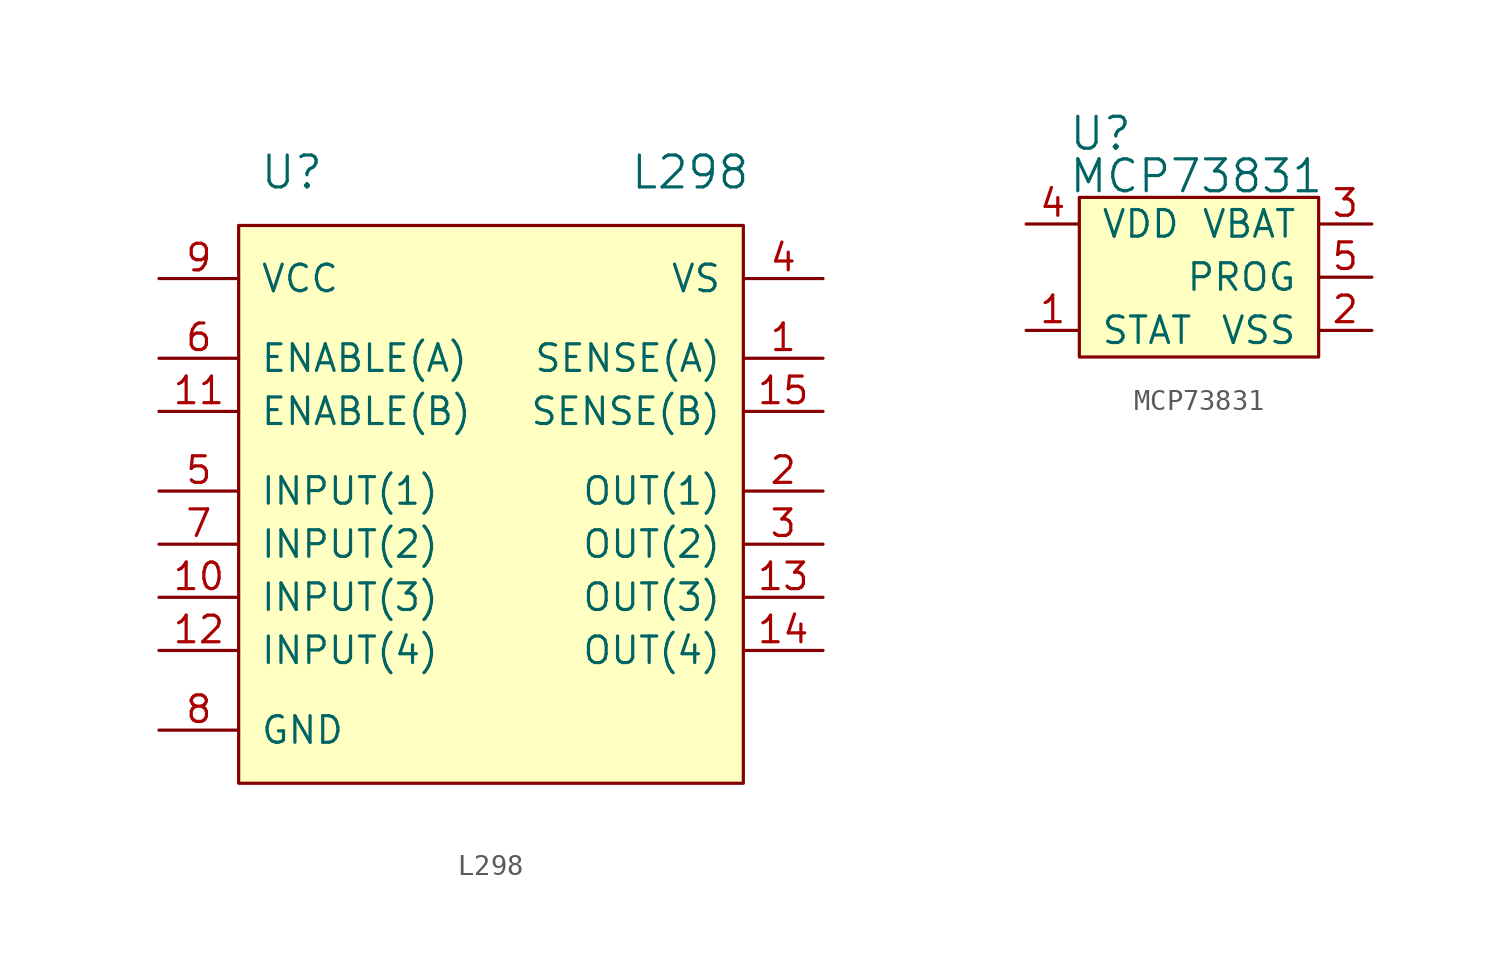
<source format=kicad_sym>
(kicad_symbol_lib
  (version 20211014)
  (generator kicad_symbol_editor)
  (symbol "L298"
    (pin_names
      (offset 1.016))
    (property "Reference" "U"
      (at -10.16 16.51 0)
      (effects (font (size 1.524 1.524))))
    (property "Value" "L298"
      (at 8.89 16.51 0)
      (effects (font (size 1.524 1.524))))
    (property "Footprint" ""
      (at -7.62 5.08 0)
      (effects (font (size 1.524 1.524))))
    (symbol "L298_0_1"
      (rectangle (start -12.7 13.97) (end 11.43 -12.7) (stroke (width 0) (type default) (color 0 0 0 0)) (fill (type background))))
    (symbol "L298_1_1"
      (pin bidirectional line (at 15.24 7.62 180) (length 3.81) (name "SENSE(A)" (effects (font (size 1.27 1.27)))) (number "1" (effects (font (size 1.27 1.27)))))
      (pin bidirectional line (at -16.51 -3.81 0) (length 3.81) (name "INPUT(3)" (effects (font (size 1.27 1.27)))) (number "10" (effects (font (size 1.27 1.27)))))
      (pin bidirectional line (at -16.51 5.08 0) (length 3.81) (name "ENABLE(B)" (effects (font (size 1.27 1.27)))) (number "11" (effects (font (size 1.27 1.27)))))
      (pin bidirectional line (at -16.51 -6.35 0) (length 3.81) (name "INPUT(4)" (effects (font (size 1.27 1.27)))) (number "12" (effects (font (size 1.27 1.27)))))
      (pin bidirectional line (at 15.24 -3.81 180) (length 3.81) (name "OUT(3)" (effects (font (size 1.27 1.27)))) (number "13" (effects (font (size 1.27 1.27)))))
      (pin bidirectional line (at 15.24 -6.35 180) (length 3.81) (name "OUT(4)" (effects (font (size 1.27 1.27)))) (number "14" (effects (font (size 1.27 1.27)))))
      (pin bidirectional line (at 15.24 5.08 180) (length 3.81) (name "SENSE(B)" (effects (font (size 1.27 1.27)))) (number "15" (effects (font (size 1.27 1.27)))))
      (pin bidirectional line (at 15.24 1.27 180) (length 3.81) (name "OUT(1)" (effects (font (size 1.27 1.27)))) (number "2" (effects (font (size 1.27 1.27)))))
      (pin bidirectional line (at 15.24 -1.27 180) (length 3.81) (name "OUT(2)" (effects (font (size 1.27 1.27)))) (number "3" (effects (font (size 1.27 1.27)))))
      (pin bidirectional line (at 15.24 11.43 180) (length 3.81) (name "VS" (effects (font (size 1.27 1.27)))) (number "4" (effects (font (size 1.27 1.27)))))
      (pin bidirectional line (at -16.51 1.27 0) (length 3.81) (name "INPUT(1)" (effects (font (size 1.27 1.27)))) (number "5" (effects (font (size 1.27 1.27)))))
      (pin bidirectional line (at -16.51 7.62 0) (length 3.81) (name "ENABLE(A)" (effects (font (size 1.27 1.27)))) (number "6" (effects (font (size 1.27 1.27)))))
      (pin bidirectional line (at -16.51 -1.27 0) (length 3.81) (name "INPUT(2)" (effects (font (size 1.27 1.27)))) (number "7" (effects (font (size 1.27 1.27)))))
      (pin bidirectional line (at -16.51 -10.16 0) (length 3.81) (name "GND" (effects (font (size 1.27 1.27)))) (number "8" (effects (font (size 1.27 1.27)))))
      (pin bidirectional line (at -16.51 11.43 0) (length 3.81) (name "VCC" (effects (font (size 1.27 1.27)))) (number "9" (effects (font (size 1.27 1.27)))))))
  (symbol "MCP73831"
    (pin_names
      (offset 1.016))
    (property "Reference" "U"
      (at -4.064 6.858 0)
      (effects (font (size 1.524 1.524))))
    (property "Value" "MCP73831"
      (at 0.508 4.826 0)
      (effects (font (size 1.524 1.524))))
    (symbol "MCP73831_0_1"
      (rectangle (start -5.08 3.81) (end 6.35 -3.81) (stroke (width 0) (type default) (color 0 0 0 0)) (fill (type background))))
    (symbol "MCP73831_1_1"
      (pin input line (at -7.62 -2.54 0) (length 2.54) (name "STAT" (effects (font (size 1.27 1.27)))) (number "1" (effects (font (size 1.27 1.27)))))
      (pin input line (at 8.89 -2.54 180) (length 2.54) (name "VSS" (effects (font (size 1.27 1.27)))) (number "2" (effects (font (size 1.27 1.27)))))
      (pin input line (at 8.89 2.54 180) (length 2.54) (name "VBAT" (effects (font (size 1.27 1.27)))) (number "3" (effects (font (size 1.27 1.27)))))
      (pin input line (at -7.62 2.54 0) (length 2.54) (name "VDD" (effects (font (size 1.27 1.27)))) (number "4" (effects (font (size 1.27 1.27)))))
      (pin input line (at 8.89 0 180) (length 2.54) (name "PROG" (effects (font (size 1.27 1.27)))) (number "5" (effects (font (size 1.27 1.27))))))))
</source>
